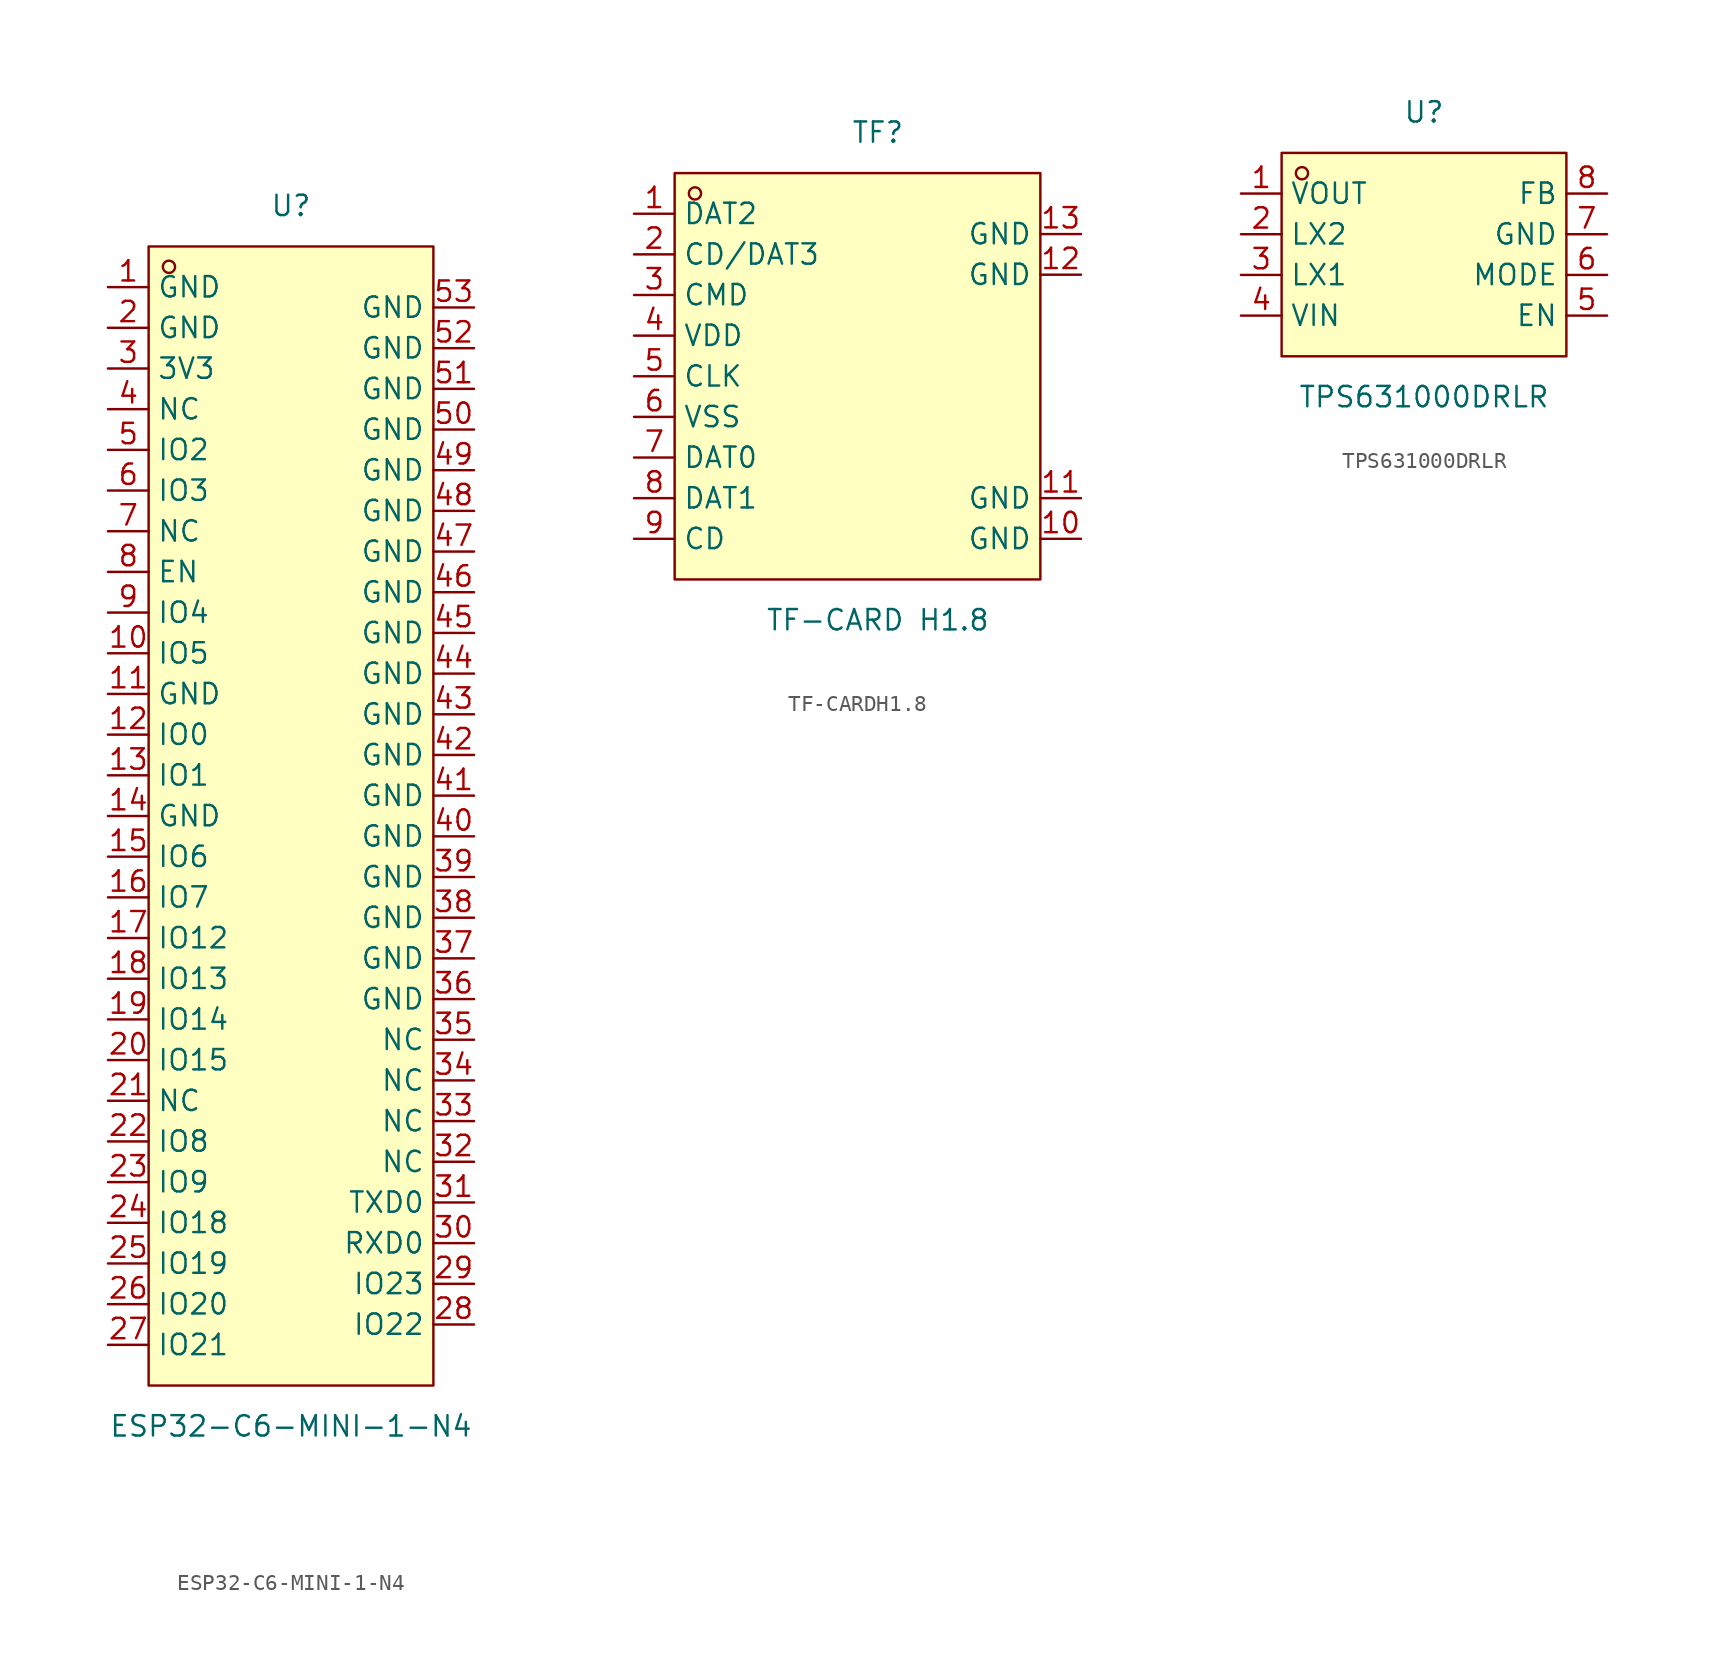
<source format=kicad_sym>
(kicad_symbol_lib
  (version 20241209)
  (generator "kicad_symbol_editor")
  (generator_version "9.0")
  (symbol "ESP32-C6-MINI-1-N4"
    (property "Reference" "U"
      (at 0 38.1 0)
      (effects (font (size 1.27 1.27))))
    (property "Value" "ESP32-C6-MINI-1-N4"
      (at 0 -38.1 0)
      (effects (font (size 1.27 1.27))))
    (symbol "ESP32-C6-MINI-1-N4_0_1"
      (rectangle (start -8.89 35.56) (end 8.89 -35.56) (stroke (width 0) (type default)) (fill (type background)))
      (circle (center -7.62 34.29) (radius 0.38) (stroke (width 0) (type default)) (fill (type none)))
      (pin unspecified line (at -11.43 33.02 0) (length 2.54) (name "GND" (effects (font (size 1.27 1.27)))) (number "1" (effects (font (size 1.27 1.27)))))
      (pin unspecified line (at -11.43 30.48 0) (length 2.54) (name "GND" (effects (font (size 1.27 1.27)))) (number "2" (effects (font (size 1.27 1.27)))))
      (pin unspecified line (at -11.43 27.94 0) (length 2.54) (name "3V3" (effects (font (size 1.27 1.27)))) (number "3" (effects (font (size 1.27 1.27)))))
      (pin unspecified line (at -11.43 25.4 0) (length 2.54) (name "NC" (effects (font (size 1.27 1.27)))) (number "4" (effects (font (size 1.27 1.27)))))
      (pin unspecified line (at -11.43 22.86 0) (length 2.54) (name "IO2" (effects (font (size 1.27 1.27)))) (number "5" (effects (font (size 1.27 1.27)))))
      (pin unspecified line (at -11.43 20.32 0) (length 2.54) (name "IO3" (effects (font (size 1.27 1.27)))) (number "6" (effects (font (size 1.27 1.27)))))
      (pin unspecified line (at -11.43 17.78 0) (length 2.54) (name "NC" (effects (font (size 1.27 1.27)))) (number "7" (effects (font (size 1.27 1.27)))))
      (pin unspecified line (at -11.43 15.24 0) (length 2.54) (name "EN" (effects (font (size 1.27 1.27)))) (number "8" (effects (font (size 1.27 1.27)))))
      (pin unspecified line (at -11.43 12.7 0) (length 2.54) (name "IO4" (effects (font (size 1.27 1.27)))) (number "9" (effects (font (size 1.27 1.27)))))
      (pin unspecified line (at -11.43 10.16 0) (length 2.54) (name "IO5" (effects (font (size 1.27 1.27)))) (number "10" (effects (font (size 1.27 1.27)))))
      (pin unspecified line (at -11.43 7.62 0) (length 2.54) (name "GND" (effects (font (size 1.27 1.27)))) (number "11" (effects (font (size 1.27 1.27)))))
      (pin unspecified line (at -11.43 5.08 0) (length 2.54) (name "IO0" (effects (font (size 1.27 1.27)))) (number "12" (effects (font (size 1.27 1.27)))))
      (pin unspecified line (at -11.43 2.54 0) (length 2.54) (name "IO1" (effects (font (size 1.27 1.27)))) (number "13" (effects (font (size 1.27 1.27)))))
      (pin unspecified line (at -11.43 0 0) (length 2.54) (name "GND" (effects (font (size 1.27 1.27)))) (number "14" (effects (font (size 1.27 1.27)))))
      (pin unspecified line (at -11.43 -2.54 0) (length 2.54) (name "IO6" (effects (font (size 1.27 1.27)))) (number "15" (effects (font (size 1.27 1.27)))))
      (pin unspecified line (at -11.43 -5.08 0) (length 2.54) (name "IO7" (effects (font (size 1.27 1.27)))) (number "16" (effects (font (size 1.27 1.27)))))
      (pin unspecified line (at -11.43 -7.62 0) (length 2.54) (name "IO12" (effects (font (size 1.27 1.27)))) (number "17" (effects (font (size 1.27 1.27)))))
      (pin unspecified line (at -11.43 -10.16 0) (length 2.54) (name "IO13" (effects (font (size 1.27 1.27)))) (number "18" (effects (font (size 1.27 1.27)))))
      (pin unspecified line (at -11.43 -12.7 0) (length 2.54) (name "IO14" (effects (font (size 1.27 1.27)))) (number "19" (effects (font (size 1.27 1.27)))))
      (pin unspecified line (at -11.43 -15.24 0) (length 2.54) (name "IO15" (effects (font (size 1.27 1.27)))) (number "20" (effects (font (size 1.27 1.27)))))
      (pin unspecified line (at -11.43 -17.78 0) (length 2.54) (name "NC" (effects (font (size 1.27 1.27)))) (number "21" (effects (font (size 1.27 1.27)))))
      (pin unspecified line (at -11.43 -20.32 0) (length 2.54) (name "IO8" (effects (font (size 1.27 1.27)))) (number "22" (effects (font (size 1.27 1.27)))))
      (pin unspecified line (at -11.43 -22.86 0) (length 2.54) (name "IO9" (effects (font (size 1.27 1.27)))) (number "23" (effects (font (size 1.27 1.27)))))
      (pin unspecified line (at -11.43 -25.4 0) (length 2.54) (name "IO18" (effects (font (size 1.27 1.27)))) (number "24" (effects (font (size 1.27 1.27)))))
      (pin unspecified line (at -11.43 -27.94 0) (length 2.54) (name "IO19" (effects (font (size 1.27 1.27)))) (number "25" (effects (font (size 1.27 1.27)))))
      (pin unspecified line (at -11.43 -30.48 0) (length 2.54) (name "IO20" (effects (font (size 1.27 1.27)))) (number "26" (effects (font (size 1.27 1.27)))))
      (pin unspecified line (at -11.43 -33.02 0) (length 2.54) (name "IO21" (effects (font (size 1.27 1.27)))) (number "27" (effects (font (size 1.27 1.27)))))
      (pin unspecified line (at 11.43 31.75 180) (length 2.54) (name "GND" (effects (font (size 1.27 1.27)))) (number "53" (effects (font (size 1.27 1.27)))))
      (pin unspecified line (at 11.43 29.21 180) (length 2.54) (name "GND" (effects (font (size 1.27 1.27)))) (number "52" (effects (font (size 1.27 1.27)))))
      (pin unspecified line (at 11.43 26.67 180) (length 2.54) (name "GND" (effects (font (size 1.27 1.27)))) (number "51" (effects (font (size 1.27 1.27)))))
      (pin unspecified line (at 11.43 24.13 180) (length 2.54) (name "GND" (effects (font (size 1.27 1.27)))) (number "50" (effects (font (size 1.27 1.27)))))
      (pin unspecified line (at 11.43 21.59 180) (length 2.54) (name "GND" (effects (font (size 1.27 1.27)))) (number "49" (effects (font (size 1.27 1.27)))))
      (pin unspecified line (at 11.43 19.05 180) (length 2.54) (name "GND" (effects (font (size 1.27 1.27)))) (number "48" (effects (font (size 1.27 1.27)))))
      (pin unspecified line (at 11.43 16.51 180) (length 2.54) (name "GND" (effects (font (size 1.27 1.27)))) (number "47" (effects (font (size 1.27 1.27)))))
      (pin unspecified line (at 11.43 13.97 180) (length 2.54) (name "GND" (effects (font (size 1.27 1.27)))) (number "46" (effects (font (size 1.27 1.27)))))
      (pin unspecified line (at 11.43 11.43 180) (length 2.54) (name "GND" (effects (font (size 1.27 1.27)))) (number "45" (effects (font (size 1.27 1.27)))))
      (pin unspecified line (at 11.43 8.89 180) (length 2.54) (name "GND" (effects (font (size 1.27 1.27)))) (number "44" (effects (font (size 1.27 1.27)))))
      (pin unspecified line (at 11.43 6.35 180) (length 2.54) (name "GND" (effects (font (size 1.27 1.27)))) (number "43" (effects (font (size 1.27 1.27)))))
      (pin unspecified line (at 11.43 3.81 180) (length 2.54) (name "GND" (effects (font (size 1.27 1.27)))) (number "42" (effects (font (size 1.27 1.27)))))
      (pin unspecified line (at 11.43 1.27 180) (length 2.54) (name "GND" (effects (font (size 1.27 1.27)))) (number "41" (effects (font (size 1.27 1.27)))))
      (pin unspecified line (at 11.43 -1.27 180) (length 2.54) (name "GND" (effects (font (size 1.27 1.27)))) (number "40" (effects (font (size 1.27 1.27)))))
      (pin unspecified line (at 11.43 -3.81 180) (length 2.54) (name "GND" (effects (font (size 1.27 1.27)))) (number "39" (effects (font (size 1.27 1.27)))))
      (pin unspecified line (at 11.43 -6.35 180) (length 2.54) (name "GND" (effects (font (size 1.27 1.27)))) (number "38" (effects (font (size 1.27 1.27)))))
      (pin unspecified line (at 11.43 -8.89 180) (length 2.54) (name "GND" (effects (font (size 1.27 1.27)))) (number "37" (effects (font (size 1.27 1.27)))))
      (pin unspecified line (at 11.43 -11.43 180) (length 2.54) (name "GND" (effects (font (size 1.27 1.27)))) (number "36" (effects (font (size 1.27 1.27)))))
      (pin unspecified line (at 11.43 -13.97 180) (length 2.54) (name "NC" (effects (font (size 1.27 1.27)))) (number "35" (effects (font (size 1.27 1.27)))))
      (pin unspecified line (at 11.43 -16.51 180) (length 2.54) (name "NC" (effects (font (size 1.27 1.27)))) (number "34" (effects (font (size 1.27 1.27)))))
      (pin unspecified line (at 11.43 -19.05 180) (length 2.54) (name "NC" (effects (font (size 1.27 1.27)))) (number "33" (effects (font (size 1.27 1.27)))))
      (pin unspecified line (at 11.43 -21.59 180) (length 2.54) (name "NC" (effects (font (size 1.27 1.27)))) (number "32" (effects (font (size 1.27 1.27)))))
      (pin unspecified line (at 11.43 -24.13 180) (length 2.54) (name "TXD0" (effects (font (size 1.27 1.27)))) (number "31" (effects (font (size 1.27 1.27)))))
      (pin unspecified line (at 11.43 -26.67 180) (length 2.54) (name "RXD0" (effects (font (size 1.27 1.27)))) (number "30" (effects (font (size 1.27 1.27)))))
      (pin unspecified line (at 11.43 -29.21 180) (length 2.54) (name "IO23" (effects (font (size 1.27 1.27)))) (number "29" (effects (font (size 1.27 1.27)))))
      (pin unspecified line (at 11.43 -31.75 180) (length 2.54) (name "IO22" (effects (font (size 1.27 1.27)))) (number "28" (effects (font (size 1.27 1.27)))))))
  (symbol "TF-CARDH1.8"
    (property "Reference" "TF"
      (at 0 17.78 0)
      (effects (font (size 1.27 1.27))))
    (property "Value" "TF-CARD H1.8"
      (at 0 -12.70 0)
      (effects (font (size 1.27 1.27))))
    (symbol "TF-CARDH1.8_0_1"
      (rectangle (start -12.70 15.24) (end 10.16 -10.16) (stroke (width 0) (type default) (color 0 0 0 0)) (fill (type background)))
      (circle (center -11.43 13.97) (radius 0.38) (stroke (width 0) (type default) (color 0 0 0 0)) (fill (type none)))
      (pin unspecified line (at 12.70 11.43 180) (length 2.54) (name "GND" (effects (font (size 1.27 1.27)))) (number "13" (effects (font (size 1.27 1.27)))))
      (pin unspecified line (at 12.70 8.89 180) (length 2.54) (name "GND" (effects (font (size 1.27 1.27)))) (number "12" (effects (font (size 1.27 1.27)))))
      (pin unspecified line (at 12.70 -5.08 180) (length 2.54) (name "GND" (effects (font (size 1.27 1.27)))) (number "11" (effects (font (size 1.27 1.27)))))
      (pin unspecified line (at 12.70 -7.62 180) (length 2.54) (name "GND" (effects (font (size 1.27 1.27)))) (number "10" (effects (font (size 1.27 1.27)))))
      (pin unspecified line (at -15.24 -7.62 0) (length 2.54) (name "CD" (effects (font (size 1.27 1.27)))) (number "9" (effects (font (size 1.27 1.27)))))
      (pin unspecified line (at -15.24 -5.08 0) (length 2.54) (name "DAT1" (effects (font (size 1.27 1.27)))) (number "8" (effects (font (size 1.27 1.27)))))
      (pin unspecified line (at -15.24 -2.54 0) (length 2.54) (name "DAT0" (effects (font (size 1.27 1.27)))) (number "7" (effects (font (size 1.27 1.27)))))
      (pin unspecified line (at -15.24 -0.00 0) (length 2.54) (name "VSS" (effects (font (size 1.27 1.27)))) (number "6" (effects (font (size 1.27 1.27)))))
      (pin unspecified line (at -15.24 2.54 0) (length 2.54) (name "CLK" (effects (font (size 1.27 1.27)))) (number "5" (effects (font (size 1.27 1.27)))))
      (pin unspecified line (at -15.24 5.08 0) (length 2.54) (name "VDD" (effects (font (size 1.27 1.27)))) (number "4" (effects (font (size 1.27 1.27)))))
      (pin unspecified line (at -15.24 7.62 0) (length 2.54) (name "CMD" (effects (font (size 1.27 1.27)))) (number "3" (effects (font (size 1.27 1.27)))))
      (pin unspecified line (at -15.24 10.16 0) (length 2.54) (name "CD/DAT3" (effects (font (size 1.27 1.27)))) (number "2" (effects (font (size 1.27 1.27)))))
      (pin unspecified line (at -15.24 12.70 0) (length 2.54) (name "DAT2" (effects (font (size 1.27 1.27)))) (number "1" (effects (font (size 1.27 1.27)))))))
  (symbol "TPS631000DRLR"
    (property "Reference" "U"
      (at 0 8.89 0)
      (effects (font (size 1.27 1.27))))
    (property "Value" "TPS631000DRLR"
      (at 0 -8.89 0)
      (effects (font (size 1.27 1.27))))
    (symbol "TPS631000DRLR_0_1"
      (rectangle (start -8.89 6.35) (end 8.89 -6.35) (stroke (width 0) (type default)) (fill (type background)))
      (circle (center -7.62 5.08) (radius 0.38) (stroke (width 0) (type default)) (fill (type none)))
      (pin unspecified line (at -11.43 3.81 0) (length 2.54) (name "VOUT" (effects (font (size 1.27 1.27)))) (number "1" (effects (font (size 1.27 1.27)))))
      (pin unspecified line (at -11.43 1.27 0) (length 2.54) (name "LX2" (effects (font (size 1.27 1.27)))) (number "2" (effects (font (size 1.27 1.27)))))
      (pin unspecified line (at -11.43 -1.27 0) (length 2.54) (name "LX1" (effects (font (size 1.27 1.27)))) (number "3" (effects (font (size 1.27 1.27)))))
      (pin unspecified line (at -11.43 -3.81 0) (length 2.54) (name "VIN" (effects (font (size 1.27 1.27)))) (number "4" (effects (font (size 1.27 1.27)))))
      (pin unspecified line (at 11.43 3.81 180) (length 2.54) (name "FB" (effects (font (size 1.27 1.27)))) (number "8" (effects (font (size 1.27 1.27)))))
      (pin unspecified line (at 11.43 1.27 180) (length 2.54) (name "GND" (effects (font (size 1.27 1.27)))) (number "7" (effects (font (size 1.27 1.27)))))
      (pin unspecified line (at 11.43 -1.27 180) (length 2.54) (name "MODE" (effects (font (size 1.27 1.27)))) (number "6" (effects (font (size 1.27 1.27)))))
      (pin unspecified line (at 11.43 -3.81 180) (length 2.54) (name "EN" (effects (font (size 1.27 1.27)))) (number "5" (effects (font (size 1.27 1.27))))))))
</source>
